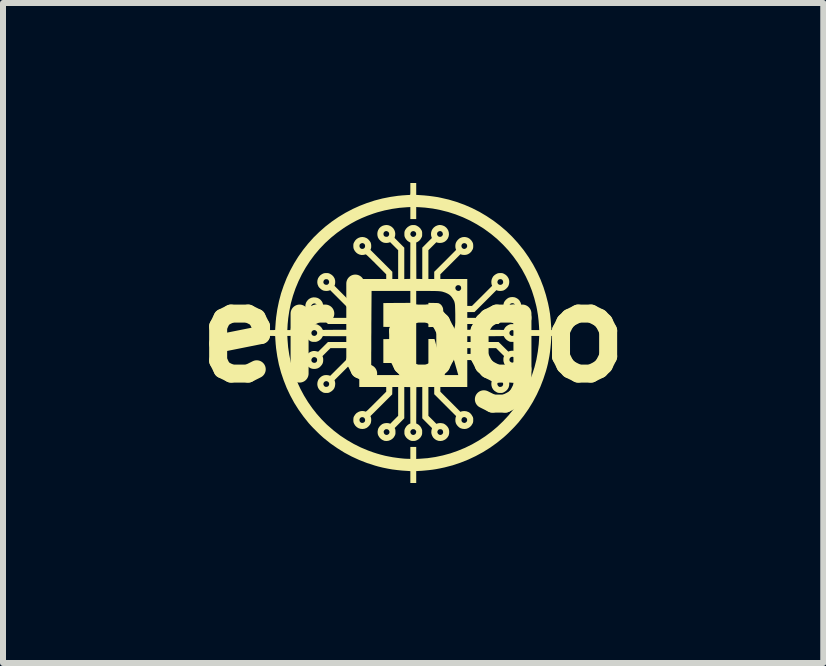
<source format=kicad_pcb>
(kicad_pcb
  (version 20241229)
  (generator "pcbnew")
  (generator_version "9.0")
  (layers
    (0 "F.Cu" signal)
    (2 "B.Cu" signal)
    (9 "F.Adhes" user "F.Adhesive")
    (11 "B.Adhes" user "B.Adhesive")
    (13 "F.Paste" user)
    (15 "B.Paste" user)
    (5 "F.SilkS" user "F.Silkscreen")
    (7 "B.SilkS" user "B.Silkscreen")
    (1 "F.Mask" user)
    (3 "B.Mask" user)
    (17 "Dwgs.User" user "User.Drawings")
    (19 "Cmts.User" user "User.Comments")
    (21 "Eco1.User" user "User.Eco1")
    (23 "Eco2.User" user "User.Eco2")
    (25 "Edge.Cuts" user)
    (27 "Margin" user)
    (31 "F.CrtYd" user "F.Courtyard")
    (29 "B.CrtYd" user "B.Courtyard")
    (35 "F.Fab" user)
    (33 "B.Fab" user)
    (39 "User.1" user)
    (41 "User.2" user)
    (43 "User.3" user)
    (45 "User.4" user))
  (footprint "erlogo"
    (layer "F.Cu")
    (at 3.836 2.498)
    (property "Reference" "erlogo" (at 0 0 0) (layer "F.SilkS") (effects (font (size 1.5 1.5) (thickness 0.3))))
    (attr board_only exclude_from_pos_files exclude_from_bom)
    (fp_poly (pts (xy 0.338 -0.499) (xy 0.366 -0.498) (xy 0.388 -0.498) (xy 0.404 -0.497) (xy 0.415 -0.496) (xy 0.424 -0.494) (xy 0.43 -0.492) (xy 0.437 -0.488) (xy 0.441 -0.486) (xy 0.462 -0.471) (xy 0.477 -0.453) (xy 0.49 -0.429) (xy 0.492 -0.425) (xy 0.495 -0.416) (xy 0.497 -0.409) (xy 0.499 -0.4) (xy 0.5 -0.389) (xy 0.501 -0.374) (xy 0.501 -0.355) (xy 0.501 -0.33) (xy 0.502 -0.297) (xy 0.502 -0.296) (xy 0.501 -0.257) (xy 0.501 -0.226) (xy 0.499 -0.2) (xy 0.497 -0.18) (xy 0.494 -0.165) (xy 0.489 -0.152) (xy 0.483 -0.142) (xy 0.475 -0.133) (xy 0.474 -0.131) (xy 0.463 -0.121) (xy 0.453 -0.114) (xy 0.442 -0.108) (xy 0.43 -0.104) (xy 0.413 -0.101) (xy 0.392 -0.1) (xy 0.365 -0.099) (xy 0.34 -0.098) (xy 0.254 -0.097) (xy 0.254 -0.299) (xy 0.254 -0.5)) (stroke (width 0) (type solid)) (fill yes) (layer "F.SilkS"))
    (fp_poly (pts (xy 0.051 -2.399) (xy 0.051 -2.3) (xy 0.096 -2.297) (xy 0.184 -2.291) (xy 0.264 -2.283) (xy 0.34 -2.273) (xy 0.413 -2.262) (xy 0.46 -2.252) (xy 0.595 -2.221) (xy 0.728 -2.181) (xy 0.857 -2.134) (xy 0.983 -2.079) (xy 1.105 -2.017) (xy 1.223 -1.947) (xy 1.337 -1.871) (xy 1.446 -1.788) (xy 1.551 -1.699) (xy 1.65 -1.603) (xy 1.743 -1.501) (xy 1.831 -1.393) (xy 1.845 -1.375) (xy 1.925 -1.26) (xy 1.998 -1.142) (xy 2.063 -1.02) (xy 2.121 -0.894) (xy 2.171 -0.764) (xy 2.213 -0.631) (xy 2.248 -0.495) (xy 2.267 -0.402) (xy 2.274 -0.36) (xy 2.281 -0.317) (xy 2.286 -0.274) (xy 2.291 -0.228) (xy 2.295 -0.178) (xy 2.299 -0.121) (xy 2.302 -0.088) (xy 2.304 -0.047) (xy 2.403 -0.047) (xy 2.502 -0.047) (xy 2.502 0.002) (xy 2.502 0.051) (xy 2.403 0.051) (xy 2.304 0.051) (xy 2.302 0.092) (xy 2.296 0.174) (xy 2.289 0.248) (xy 2.281 0.318) (xy 2.271 0.384) (xy 2.259 0.448) (xy 2.246 0.512) (xy 2.23 0.577) (xy 2.212 0.641) (xy 2.169 0.772) (xy 2.119 0.901) (xy 2.061 1.027) (xy 1.996 1.149) (xy 1.923 1.268) (xy 1.843 1.382) (xy 1.756 1.492) (xy 1.744 1.505) (xy 1.719 1.533) (xy 1.689 1.566) (xy 1.656 1.6) (xy 1.621 1.635) (xy 1.586 1.67) (xy 1.552 1.702) (xy 1.521 1.73) (xy 1.505 1.744) (xy 1.396 1.832) (xy 1.283 1.913) (xy 1.165 1.987) (xy 1.043 2.053) (xy 0.918 2.112) (xy 0.79 2.163) (xy 0.659 2.207) (xy 0.525 2.242) (xy 0.44 2.26) (xy 0.382 2.271) (xy 0.325 2.28) (xy 0.267 2.287) (xy 0.206 2.293) (xy 0.14 2.299) (xy 0.096 2.301) (xy 0.051 2.304) (xy 0.051 2.403) (xy 0.051 2.502) (xy 0.002 2.502) (xy -0.047 2.502) (xy -0.047 2.403) (xy -0.047 2.304) (xy -0.092 2.301) (xy -0.184 2.295) (xy -0.269 2.286) (xy -0.349 2.276) (xy -0.427 2.262) (xy -0.505 2.246) (xy -0.583 2.227) (xy -0.636 2.212) (xy -0.769 2.169) (xy -0.898 2.119) (xy -1.024 2.061) (xy -1.146 1.996) (xy -1.264 1.922) (xy -1.379 1.842) (xy -1.49 1.753) (xy -1.497 1.747) (xy -1.527 1.72) (xy -1.561 1.689) (xy -1.597 1.654) (xy -1.633 1.618) (xy -1.669 1.582) (xy -1.702 1.547) (xy -1.73 1.516) (xy -1.74 1.505) (xy -1.827 1.396) (xy -1.908 1.283) (xy -1.982 1.166) (xy -2.048 1.044) (xy -2.107 0.92) (xy -2.158 0.791) (xy -2.202 0.661) (xy -2.238 0.527) (xy -2.265 0.391) (xy -2.284 0.26) (xy -2.286 0.241) (xy -2.288 0.217) (xy -2.291 0.19) (xy -2.293 0.161) (xy -2.295 0.132) (xy -2.297 0.106) (xy -2.298 0.083) (xy -2.299 0.066) (xy -2.299 0.058) (xy -2.3 0.056) (xy -2.302 0.054) (xy -2.307 0.053) (xy -2.316 0.052) (xy -2.329 0.051) (xy -2.349 0.051) (xy -2.375 0.051) (xy -2.399 0.051) (xy -2.498 0.051) (xy -2.498 0.002) (xy -2.498 -0.047) (xy -2.399 -0.047) (xy -2.097 -0.047) (xy -1.997 -0.047) (xy -1.897 -0.047) (xy -1.897 0.002) (xy -1.897 0.051) (xy -1.997 0.051) (xy -2.097 0.051) (xy -2.094 0.11) (xy -2.084 0.237) (xy -2.065 0.365) (xy -2.039 0.492) (xy -2.005 0.617) (xy -1.963 0.739) (xy -1.914 0.858) (xy -1.877 0.937) (xy -1.819 1.045) (xy -1.754 1.151) (xy -1.683 1.253) (xy -1.607 1.35) (xy -1.527 1.44) (xy -1.443 1.525) (xy -1.424 1.542) (xy -1.321 1.631) (xy -1.215 1.712) (xy -1.104 1.785) (xy -0.99 1.851) (xy -0.872 1.91) (xy -0.75 1.961) (xy -0.673 1.989) (xy -0.608 2.01) (xy -0.546 2.028) (xy -0.484 2.044) (xy -0.464 2.049) (xy -0.403 2.061) (xy -0.339 2.073) (xy -0.274 2.082) (xy -0.211 2.09) (xy -0.15 2.096) (xy -0.096 2.099) (xy -0.082 2.099) (xy -0.047 2.1) (xy -0.047 2.001) (xy -0.047 1.901) (xy 0.002 1.901) (xy 0.051 1.901) (xy 0.051 2.001) (xy 0.051 2.101) (xy 0.11 2.098) (xy 0.241 2.088) (xy 0.37 2.069) (xy 0.497 2.042) (xy 0.622 2.008) (xy 0.744 1.965) (xy 0.864 1.916) (xy 0.98 1.859) (xy 1.092 1.795) (xy 1.2 1.725) (xy 1.304 1.648) (xy 1.403 1.565) (xy 1.497 1.475) (xy 1.586 1.38) (xy 1.668 1.279) (xy 1.745 1.172) (xy 1.815 1.059) (xy 1.878 0.942) (xy 1.934 0.822) (xy 1.982 0.699) (xy 2.022 0.574) (xy 2.054 0.447) (xy 2.077 0.318) (xy 2.093 0.188) (xy 2.098 0.11) (xy 2.101 0.051) (xy 2.001 0.051) (xy 1.901 0.051) (xy 1.901 0.002) (xy 1.901 -0.047) (xy 2.001 -0.047) (xy 2.101 -0.047) (xy 2.098 -0.106) (xy 2.091 -0.199) (xy 2.08 -0.296) (xy 2.064 -0.391) (xy 2.053 -0.445) (xy 2.02 -0.574) (xy 1.98 -0.701) (xy 1.932 -0.824) (xy 1.876 -0.943) (xy 1.814 -1.058) (xy 1.744 -1.169) (xy 1.668 -1.275) (xy 1.585 -1.377) (xy 1.495 -1.473) (xy 1.4 -1.564) (xy 1.298 -1.649) (xy 1.19 -1.728) (xy 1.173 -1.74) (xy 1.062 -1.809) (xy 0.947 -1.872) (xy 0.829 -1.927) (xy 0.707 -1.975) (xy 0.582 -2.015) (xy 0.455 -2.047) (xy 0.327 -2.072) (xy 0.197 -2.088) (xy 0.11 -2.094) (xy 0.051 -2.097) (xy 0.051 -1.997) (xy 0.051 -1.897) (xy 0.002 -1.897) (xy -0.047 -1.897) (xy -0.047 -1.997) (xy -0.047 -2.097) (xy -0.106 -2.094) (xy -0.229 -2.084) (xy -0.354 -2.066) (xy -0.477 -2.041) (xy -0.598 -2.009) (xy -0.663 -1.988) (xy -0.763 -1.952) (xy -0.857 -1.913) (xy -0.948 -1.87) (xy -1.036 -1.822) (xy -1.125 -1.768) (xy -1.164 -1.742) (xy -1.271 -1.666) (xy -1.372 -1.584) (xy -1.468 -1.496) (xy -1.558 -1.402) (xy -1.642 -1.303) (xy -1.719 -1.199) (xy -1.79 -1.09) (xy -1.854 -0.978) (xy -1.911 -0.861) (xy -1.961 -0.741) (xy -2.003 -0.619) (xy -2.038 -0.493) (xy -2.064 -0.365) (xy -2.066 -0.354) (xy -2.082 -0.246) (xy -2.092 -0.143) (xy -2.094 -0.105) (xy -2.097 -0.047) (xy -2.399 -0.047) (xy -2.367 -0.047) (xy -2.343 -0.047) (xy -2.325 -0.047) (xy -2.313 -0.048) (xy -2.305 -0.049) (xy -2.301 -0.05) (xy -2.299 -0.052) (xy -2.299 -0.054) (xy -2.299 -0.067) (xy -2.298 -0.086) (xy -2.296 -0.111) (xy -2.294 -0.138) (xy -2.292 -0.167) (xy -2.29 -0.196) (xy -2.287 -0.222) (xy -2.285 -0.245) (xy -2.284 -0.256) (xy -2.264 -0.394) (xy -2.236 -0.529) (xy -2.201 -0.661) (xy -2.157 -0.79) (xy -2.107 -0.916) (xy -2.049 -1.039) (xy -1.985 -1.157) (xy -1.914 -1.271) (xy -1.836 -1.381) (xy -1.752 -1.486) (xy -1.662 -1.587) (xy -1.566 -1.681) (xy -1.464 -1.771) (xy -1.357 -1.854) (xy -1.245 -1.931) (xy -1.127 -2.002) (xy -1.005 -2.066) (xy -0.895 -2.116) (xy -0.771 -2.164) (xy -0.643 -2.206) (xy -0.512 -2.24) (xy -0.38 -2.266) (xy -0.256 -2.284) (xy -0.237 -2.286) (xy -0.213 -2.288) (xy -0.186 -2.291) (xy -0.157 -2.293) (xy -0.128 -2.295) (xy -0.102 -2.297) (xy -0.079 -2.298) (xy -0.061 -2.299) (xy -0.054 -2.299) (xy -0.052 -2.3) (xy -0.05 -2.302) (xy -0.049 -2.307) (xy -0.048 -2.316) (xy -0.047 -2.329) (xy -0.047 -2.349) (xy -0.047 -2.375) (xy -0.047 -2.399) (xy -0.047 -2.498) (xy 0.002 -2.498) (xy 0.051 -2.498)) (stroke (width 0) (type solid)) (fill yes) (layer "F.SilkS"))
    (fp_poly (pts (xy -0.416 -1.795) (xy -0.385 -1.784) (xy -0.356 -1.766) (xy -0.332 -1.743) (xy -0.313 -1.713) (xy -0.313 -1.713) (xy -0.302 -1.682) (xy -0.298 -1.651) (xy -0.301 -1.618) (xy -0.303 -1.612) (xy -0.31 -1.583) (xy -0.229 -1.501) (xy -0.148 -1.42) (xy -0.148 -1.159) (xy -0.148 -0.897) (xy -0.098 -0.899) (xy -0.049 -0.9) (xy -0.048 -1.202) (xy -0.047 -1.505) (xy -0.07 -1.517) (xy -0.098 -1.537) (xy -0.121 -1.563) (xy -0.135 -1.587) (xy -0.141 -1.601) (xy -0.144 -1.613) (xy -0.146 -1.628) (xy -0.146 -1.648) (xy -0.146 -1.649) (xy -0.146 -1.656) (xy -0.046 -1.656) (xy -0.046 -1.637) (xy -0.037 -1.62) (xy -0.032 -1.615) (xy -0.022 -1.606) (xy -0.011 -1.601) (xy 0.002 -1.6) (xy 0.016 -1.601) (xy 0.026 -1.606) (xy 0.036 -1.615) (xy 0.048 -1.631) (xy 0.051 -1.65) (xy 0.046 -1.669) (xy 0.043 -1.675) (xy 0.03 -1.688) (xy 0.014 -1.695) (xy -0.003 -1.696) (xy -0.02 -1.691) (xy -0.034 -1.681) (xy -0.038 -1.675) (xy -0.046 -1.656) (xy -0.146 -1.656) (xy -0.146 -1.669) (xy -0.144 -1.684) (xy -0.141 -1.696) (xy -0.136 -1.708) (xy -0.135 -1.711) (xy -0.115 -1.74) (xy -0.09 -1.765) (xy -0.059 -1.784) (xy -0.043 -1.791) (xy -0.029 -1.795) (xy -0.014 -1.797) (xy 0.002 -1.797) (xy 0.021 -1.797) (xy 0.036 -1.795) (xy 0.05 -1.79) (xy 0.064 -1.784) (xy 0.094 -1.765) (xy 0.12 -1.74) (xy 0.139 -1.711) (xy 0.145 -1.698) (xy 0.148 -1.686) (xy 0.15 -1.672) (xy 0.15 -1.653) (xy 0.15 -1.649) (xy 0.15 -1.63) (xy 0.149 -1.615) (xy 0.146 -1.603) (xy 0.14 -1.59) (xy 0.136 -1.583) (xy 0.119 -1.555) (xy 0.098 -1.533) (xy 0.073 -1.516) (xy 0.067 -1.513) (xy 0.051 -1.506) (xy 0.052 -1.203) (xy 0.053 -0.9) (xy 0.103 -0.899) (xy 0.152 -0.897) (xy 0.152 -1.159) (xy 0.152 -1.42) (xy 0.232 -1.501) (xy 0.312 -1.581) (xy 0.306 -1.596) (xy 0.303 -1.608) (xy 0.299 -1.624) (xy 0.298 -1.636) (xy 0.298 -1.649) (xy 0.398 -1.649) (xy 0.401 -1.633) (xy 0.409 -1.619) (xy 0.421 -1.607) (xy 0.438 -1.601) (xy 0.447 -1.6) (xy 0.461 -1.602) (xy 0.471 -1.606) (xy 0.481 -1.615) (xy 0.491 -1.627) (xy 0.495 -1.638) (xy 0.495 -1.645) (xy 0.492 -1.665) (xy 0.483 -1.681) (xy 0.47 -1.691) (xy 0.454 -1.697) (xy 0.439 -1.696) (xy 0.425 -1.691) (xy 0.41 -1.68) (xy 0.401 -1.666) (xy 0.398 -1.649) (xy 0.298 -1.649) (xy 0.299 -1.67) (xy 0.307 -1.701) (xy 0.322 -1.73) (xy 0.343 -1.755) (xy 0.37 -1.776) (xy 0.4 -1.79) (xy 0.432 -1.798) (xy 0.464 -1.797) (xy 0.496 -1.789) (xy 0.526 -1.775) (xy 0.552 -1.754) (xy 0.571 -1.731) (xy 0.587 -1.701) (xy 0.595 -1.668) (xy 0.596 -1.635) (xy 0.59 -1.603) (xy 0.577 -1.573) (xy 0.558 -1.547) (xy 0.532 -1.524) (xy 0.514 -1.514) (xy 0.491 -1.505) (xy 0.464 -1.5) (xy 0.437 -1.499) (xy 0.413 -1.502) (xy 0.404 -1.504) (xy 0.386 -1.51) (xy 0.32 -1.444) (xy 0.254 -1.378) (xy 0.254 -1.138) (xy 0.254 -0.898) (xy 0.303 -0.898) (xy 0.351 -0.898) (xy 0.351 -0.958) (xy 0.351 -1.018) (xy 0.534 -1.2) (xy 0.716 -1.383) (xy 0.709 -1.401) (xy 0.704 -1.425) (xy 0.703 -1.448) (xy 0.804 -1.448) (xy 0.808 -1.429) (xy 0.818 -1.413) (xy 0.836 -1.402) (xy 0.843 -1.4) (xy 0.855 -1.399) (xy 0.87 -1.404) (xy 0.881 -1.409) (xy 0.894 -1.424) (xy 0.9 -1.441) (xy 0.9 -1.454) (xy 0.895 -1.472) (xy 0.884 -1.485) (xy 0.87 -1.493) (xy 0.855 -1.496) (xy 0.839 -1.494) (xy 0.824 -1.487) (xy 0.813 -1.476) (xy 0.806 -1.46) (xy 0.804 -1.448) (xy 0.703 -1.448) (xy 0.703 -1.452) (xy 0.706 -1.48) (xy 0.712 -1.501) (xy 0.723 -1.522) (xy 0.739 -1.544) (xy 0.759 -1.564) (xy 0.779 -1.579) (xy 0.783 -1.581) (xy 0.816 -1.594) (xy 0.85 -1.598) (xy 0.882 -1.595) (xy 0.914 -1.585) (xy 0.942 -1.568) (xy 0.967 -1.544) (xy 0.987 -1.515) (xy 0.99 -1.508) (xy 0.996 -1.494) (xy 0.999 -1.48) (xy 1.001 -1.464) (xy 1.001 -1.448) (xy 1.001 -1.429) (xy 0.999 -1.415) (xy 0.996 -1.402) (xy 0.99 -1.388) (xy 0.987 -1.384) (xy 0.968 -1.353) (xy 0.943 -1.329) (xy 0.914 -1.311) (xy 0.882 -1.301) (xy 0.853 -1.299) (xy 0.835 -1.3) (xy 0.817 -1.302) (xy 0.806 -1.305) (xy 0.788 -1.311) (xy 0.621 -1.144) (xy 0.453 -0.976) (xy 0.453 -0.937) (xy 0.453 -0.898) (xy 0.677 -0.898) (xy 0.902 -0.898) (xy 0.902 -0.673) (xy 0.902 -0.449) (xy 0.941 -0.449) (xy 0.98 -0.449) (xy 1.148 -0.616) (xy 1.316 -0.784) (xy 1.309 -0.802) (xy 1.306 -0.815) (xy 1.304 -0.833) (xy 1.303 -0.849) (xy 1.303 -0.852) (xy 1.404 -0.852) (xy 1.405 -0.836) (xy 1.412 -0.821) (xy 1.423 -0.809) (xy 1.438 -0.802) (xy 1.455 -0.8) (xy 1.474 -0.805) (xy 1.477 -0.806) (xy 1.491 -0.818) (xy 1.499 -0.833) (xy 1.5 -0.851) (xy 1.496 -0.869) (xy 1.485 -0.885) (xy 1.482 -0.887) (xy 1.469 -0.894) (xy 1.452 -0.896) (xy 1.435 -0.893) (xy 1.421 -0.886) (xy 1.421 -0.885) (xy 1.409 -0.869) (xy 1.404 -0.852) (xy 1.303 -0.852) (xy 1.307 -0.884) (xy 1.319 -0.916) (xy 1.337 -0.945) (xy 1.363 -0.968) (xy 1.388 -0.983) (xy 1.403 -0.99) (xy 1.416 -0.994) (xy 1.429 -0.996) (xy 1.447 -0.997) (xy 1.452 -0.997) (xy 1.471 -0.997) (xy 1.486 -0.995) (xy 1.498 -0.992) (xy 1.512 -0.985) (xy 1.517 -0.983) (xy 1.547 -0.964) (xy 1.57 -0.94) (xy 1.588 -0.912) (xy 1.599 -0.881) (xy 1.602 -0.848) (xy 1.598 -0.814) (xy 1.587 -0.781) (xy 1.586 -0.779) (xy 1.572 -0.759) (xy 1.553 -0.739) (xy 1.532 -0.722) (xy 1.51 -0.709) (xy 1.505 -0.707) (xy 1.48 -0.701) (xy 1.453 -0.699) (xy 1.426 -0.7) (xy 1.405 -0.705) (xy 1.387 -0.712) (xy 1.205 -0.529) (xy 1.022 -0.347) (xy 0.962 -0.347) (xy 0.902 -0.347) (xy 0.902 -0.298) (xy 0.902 -0.25) (xy 1.142 -0.25) (xy 1.383 -0.25) (xy 1.449 -0.316) (xy 1.516 -0.383) (xy 1.51 -0.4) (xy 1.505 -0.422) (xy 1.503 -0.447) (xy 1.605 -0.447) (xy 1.607 -0.429) (xy 1.616 -0.415) (xy 1.627 -0.406) (xy 1.645 -0.4) (xy 1.663 -0.401) (xy 1.681 -0.409) (xy 1.686 -0.413) (xy 1.697 -0.429) (xy 1.701 -0.446) (xy 1.699 -0.463) (xy 1.691 -0.478) (xy 1.679 -0.489) (xy 1.662 -0.495) (xy 1.655 -0.495) (xy 1.634 -0.492) (xy 1.618 -0.483) (xy 1.608 -0.468) (xy 1.605 -0.447) (xy 1.605 -0.447) (xy 1.503 -0.447) (xy 1.503 -0.449) (xy 1.506 -0.476) (xy 1.511 -0.5) (xy 1.512 -0.503) (xy 1.525 -0.527) (xy 1.544 -0.55) (xy 1.567 -0.57) (xy 1.591 -0.585) (xy 1.598 -0.588) (xy 1.626 -0.595) (xy 1.656 -0.597) (xy 1.686 -0.594) (xy 1.713 -0.585) (xy 1.717 -0.583) (xy 1.748 -0.564) (xy 1.771 -0.54) (xy 1.788 -0.511) (xy 1.798 -0.483) (xy 1.802 -0.449) (xy 1.799 -0.417) (xy 1.789 -0.386) (xy 1.772 -0.359) (xy 1.75 -0.335) (xy 1.723 -0.316) (xy 1.692 -0.303) (xy 1.668 -0.298) (xy 1.642 -0.298) (xy 1.616 -0.303) (xy 1.587 -0.31) (xy 1.506 -0.229) (xy 1.424 -0.148) (xy 1.163 -0.148) (xy 0.902 -0.148) (xy 0.902 -0.1) (xy 0.902 -0.051) (xy 1.197 -0.051) (xy 1.247 -0.051) (xy 1.294 -0.051) (xy 1.338 -0.05) (xy 1.378 -0.05) (xy 1.414 -0.05) (xy 1.444 -0.05) (xy 1.469 -0.049) (xy 1.487 -0.049) (xy 1.498 -0.049) (xy 1.501 -0.048) (xy 1.507 -0.049) (xy 1.513 -0.054) (xy 1.517 -0.063) (xy 1.532 -0.088) (xy 1.554 -0.111) (xy 1.581 -0.129) (xy 1.587 -0.132) (xy 1.602 -0.139) (xy 1.614 -0.143) (xy 1.626 -0.145) (xy 1.643 -0.146) (xy 1.653 -0.146) (xy 1.673 -0.146) (xy 1.688 -0.144) (xy 1.7 -0.141) (xy 1.712 -0.136) (xy 1.715 -0.135) (xy 1.745 -0.115) (xy 1.77 -0.09) (xy 1.788 -0.059) (xy 1.795 -0.043) (xy 1.799 -0.029) (xy 1.801 -0.014) (xy 1.801 0.002) (xy 1.801 0.021) (xy 1.799 0.036) (xy 1.794 0.05) (xy 1.788 0.064) (xy 1.769 0.094) (xy 1.744 0.12) (xy 1.715 0.139) (xy 1.702 0.145) (xy 1.69 0.148) (xy 1.676 0.15) (xy 1.657 0.15) (xy 1.653 0.15) (xy 1.634 0.15) (xy 1.62 0.149) (xy 1.608 0.146) (xy 1.595 0.14) (xy 1.587 0.136) (xy 1.56 0.119) (xy 1.537 0.097) (xy 1.52 0.072) (xy 1.517 0.067) (xy 1.511 0.056) (xy 1.506 0.052) (xy 1.501 0.053) (xy 1.496 0.053) (xy 1.482 0.053) (xy 1.462 0.054) (xy 1.435 0.054) (xy 1.403 0.054) (xy 1.365 0.055) (xy 1.324 0.055) (xy 1.279 0.055) (xy 1.231 0.055) (xy 1.197 0.055) (xy 0.902 0.055) (xy 0.902 0.104) (xy 0.902 0.152) (xy 1.163 0.152) (xy 1.424 0.152) (xy 1.505 0.232) (xy 1.586 0.312) (xy 1.6 0.306) (xy 1.623 0.3) (xy 1.65 0.297) (xy 1.677 0.299) (xy 1.691 0.302) (xy 1.724 0.316) (xy 1.751 0.335) (xy 1.772 0.358) (xy 1.788 0.384) (xy 1.798 0.413) (xy 1.802 0.443) (xy 1.8 0.473) (xy 1.792 0.502) (xy 1.777 0.53) (xy 1.757 0.555) (xy 1.73 0.576) (xy 1.711 0.586) (xy 1.699 0.59) (xy 1.686 0.593) (xy 1.67 0.595) (xy 1.651 0.595) (xy 1.631 0.595) (xy 1.617 0.593) (xy 1.606 0.591) (xy 1.595 0.586) (xy 1.588 0.583) (xy 1.557 0.562) (xy 1.533 0.538) (xy 1.516 0.509) (xy 1.506 0.476) (xy 1.504 0.456) (xy 1.504 0.447) (xy 1.605 0.447) (xy 1.606 0.461) (xy 1.61 0.471) (xy 1.619 0.481) (xy 1.636 0.492) (xy 1.654 0.496) (xy 1.674 0.49) (xy 1.677 0.489) (xy 1.688 0.479) (xy 1.697 0.465) (xy 1.702 0.45) (xy 1.702 0.446) (xy 1.7 0.438) (xy 1.696 0.427) (xy 1.695 0.425) (xy 1.684 0.41) (xy 1.67 0.401) (xy 1.654 0.398) (xy 1.637 0.401) (xy 1.623 0.409) (xy 1.612 0.421) (xy 1.605 0.438) (xy 1.605 0.447) (xy 1.504 0.447) (xy 1.504 0.428) (xy 1.507 0.407) (xy 1.508 0.404) (xy 1.515 0.386) (xy 1.448 0.32) (xy 1.382 0.254) (xy 1.142 0.254) (xy 0.902 0.254) (xy 0.902 0.303) (xy 0.902 0.351) (xy 0.962 0.351) (xy 1.022 0.351) (xy 1.205 0.534) (xy 1.387 0.716) (xy 1.405 0.709) (xy 1.429 0.704) (xy 1.456 0.703) (xy 1.484 0.706) (xy 1.505 0.712) (xy 1.527 0.723) (xy 1.549 0.739) (xy 1.568 0.759) (xy 1.583 0.779) (xy 1.586 0.783) (xy 1.598 0.816) (xy 1.602 0.849) (xy 1.599 0.882) (xy 1.589 0.914) (xy 1.572 0.942) (xy 1.548 0.967) (xy 1.519 0.986) (xy 1.517 0.987) (xy 1.501 0.995) (xy 1.489 0.999) (xy 1.475 1.001) (xy 1.458 1.001) (xy 1.452 1.001) (xy 1.433 1.001) (xy 1.419 0.999) (xy 1.406 0.996) (xy 1.392 0.99) (xy 1.388 0.987) (xy 1.357 0.968) (xy 1.333 0.943) (xy 1.316 0.914) (xy 1.306 0.882) (xy 1.303 0.853) (xy 1.303 0.85) (xy 1.403 0.85) (xy 1.405 0.865) (xy 1.414 0.881) (xy 1.426 0.894) (xy 1.435 0.899) (xy 1.447 0.901) (xy 1.463 0.899) (xy 1.477 0.894) (xy 1.483 0.891) (xy 1.495 0.875) (xy 1.5 0.858) (xy 1.499 0.84) (xy 1.492 0.825) (xy 1.48 0.813) (xy 1.463 0.806) (xy 1.451 0.804) (xy 1.433 0.808) (xy 1.418 0.818) (xy 1.407 0.832) (xy 1.403 0.85) (xy 1.303 0.85) (xy 1.304 0.835) (xy 1.306 0.817) (xy 1.309 0.806) (xy 1.316 0.788) (xy 1.148 0.621) (xy 0.98 0.453) (xy 0.941 0.453) (xy 0.902 0.453) (xy 0.902 0.677) (xy 0.902 0.902) (xy 0.677 0.902) (xy 0.453 0.902) (xy 0.453 0.941) (xy 0.453 0.98) (xy 0.621 1.148) (xy 0.788 1.316) (xy 0.806 1.309) (xy 0.82 1.306) (xy 0.837 1.304) (xy 0.853 1.303) (xy 0.888 1.307) (xy 0.921 1.319) (xy 0.949 1.337) (xy 0.972 1.363) (xy 0.987 1.388) (xy 0.995 1.403) (xy 0.999 1.416) (xy 1.001 1.429) (xy 1.001 1.447) (xy 1.001 1.452) (xy 1.001 1.471) (xy 0.999 1.486) (xy 0.996 1.498) (xy 0.99 1.512) (xy 0.987 1.517) (xy 0.968 1.547) (xy 0.944 1.57) (xy 0.916 1.588) (xy 0.885 1.599) (xy 0.852 1.602) (xy 0.818 1.598) (xy 0.785 1.587) (xy 0.783 1.586) (xy 0.763 1.572) (xy 0.743 1.553) (xy 0.726 1.532) (xy 0.714 1.51) (xy 0.712 1.505) (xy 0.705 1.48) (xy 0.704 1.46) (xy 0.805 1.46) (xy 0.81 1.476) (xy 0.82 1.489) (xy 0.826 1.493) (xy 0.845 1.5) (xy 0.861 1.501) (xy 0.876 1.494) (xy 0.881 1.491) (xy 0.894 1.477) (xy 0.9 1.459) (xy 0.9 1.447) (xy 0.895 1.429) (xy 0.884 1.416) (xy 0.869 1.407) (xy 0.852 1.403) (xy 0.836 1.406) (xy 0.821 1.414) (xy 0.813 1.424) (xy 0.806 1.441) (xy 0.805 1.46) (xy 0.704 1.46) (xy 0.703 1.453) (xy 0.705 1.426) (xy 0.709 1.405) (xy 0.716 1.387) (xy 0.534 1.205) (xy 0.351 1.022) (xy 0.351 0.962) (xy 0.351 0.902) (xy 0.303 0.902) (xy 0.254 0.902) (xy 0.254 1.142) (xy 0.254 1.383) (xy 0.321 1.449) (xy 0.387 1.516) (xy 0.404 1.51) (xy 0.427 1.505) (xy 0.453 1.503) (xy 0.48 1.506) (xy 0.505 1.511) (xy 0.507 1.512) (xy 0.531 1.525) (xy 0.554 1.544) (xy 0.575 1.567) (xy 0.589 1.591) (xy 0.592 1.598) (xy 0.599 1.624) (xy 0.601 1.652) (xy 0.599 1.68) (xy 0.593 1.705) (xy 0.589 1.715) (xy 0.569 1.746) (xy 0.545 1.77) (xy 0.516 1.787) (xy 0.487 1.798) (xy 0.453 1.802) (xy 0.42 1.799) (xy 0.389 1.788) (xy 0.361 1.771) (xy 0.336 1.747) (xy 0.318 1.718) (xy 0.318 1.717) (xy 0.306 1.686) (xy 0.302 1.655) (xy 0.303 1.648) (xy 0.403 1.648) (xy 0.405 1.665) (xy 0.414 1.681) (xy 0.418 1.686) (xy 0.435 1.698) (xy 0.452 1.702) (xy 0.47 1.698) (xy 0.474 1.696) (xy 0.49 1.684) (xy 0.498 1.667) (xy 0.5 1.655) (xy 0.496 1.633) (xy 0.487 1.618) (xy 0.472 1.608) (xy 0.451 1.605) (xy 0.45 1.605) (xy 0.431 1.608) (xy 0.417 1.618) (xy 0.408 1.632) (xy 0.403 1.648) (xy 0.303 1.648) (xy 0.305 1.622) (xy 0.307 1.616) (xy 0.314 1.587) (xy 0.233 1.506) (xy 0.152 1.424) (xy 0.152 1.163) (xy 0.152 0.902) (xy 0.103 0.903) (xy 0.053 0.904) (xy 0.052 1.207) (xy 0.051 1.51) (xy 0.067 1.517) (xy 0.092 1.532) (xy 0.115 1.554) (xy 0.133 1.58) (xy 0.136 1.587) (xy 0.143 1.602) (xy 0.147 1.614) (xy 0.15 1.626) (xy 0.15 1.643) (xy 0.15 1.653) (xy 0.15 1.673) (xy 0.148 1.688) (xy 0.145 1.7) (xy 0.14 1.712) (xy 0.139 1.715) (xy 0.12 1.745) (xy 0.094 1.77) (xy 0.064 1.788) (xy 0.047 1.795) (xy 0.034 1.799) (xy 0.018 1.801) (xy 0.002 1.801) (xy -0.017 1.801) (xy -0.032 1.799) (xy -0.046 1.794) (xy -0.059 1.788) (xy -0.09 1.769) (xy -0.116 1.744) (xy -0.135 1.715) (xy -0.14 1.702) (xy -0.144 1.69) (xy -0.146 1.676) (xy -0.146 1.657) (xy -0.146 1.653) (xy -0.146 1.649) (xy -0.047 1.649) (xy -0.043 1.669) (xy -0.034 1.685) (xy -0.02 1.696) (xy -0.02 1.696) (xy -0.005 1.701) (xy 0.008 1.701) (xy 0.023 1.696) (xy 0.038 1.686) (xy 0.047 1.669) (xy 0.051 1.649) (xy 0.051 1.649) (xy 0.049 1.637) (xy 0.042 1.625) (xy 0.036 1.619) (xy 0.026 1.61) (xy 0.016 1.606) (xy 0.002 1.605) (xy -0.012 1.606) (xy -0.022 1.61) (xy -0.032 1.619) (xy -0.042 1.631) (xy -0.046 1.642) (xy -0.047 1.649) (xy -0.146 1.649) (xy -0.146 1.634) (xy -0.144 1.62) (xy -0.141 1.608) (xy -0.136 1.595) (xy -0.132 1.587) (xy -0.115 1.56) (xy -0.093 1.537) (xy -0.069 1.52) (xy -0.063 1.517) (xy -0.047 1.51) (xy -0.048 1.207) (xy -0.049 0.904) (xy -0.098 0.903) (xy -0.148 0.902) (xy -0.148 1.163) (xy -0.148 1.424) (xy -0.228 1.505) (xy -0.308 1.586) (xy -0.301 1.6) (xy -0.297 1.615) (xy -0.295 1.637) (xy -0.295 1.651) (xy -0.295 1.671) (xy -0.296 1.686) (xy -0.3 1.699) (xy -0.306 1.713) (xy -0.324 1.743) (xy -0.348 1.767) (xy -0.376 1.785) (xy -0.407 1.797) (xy -0.439 1.802) (xy -0.473 1.8) (xy -0.483 1.797) (xy -0.512 1.785) (xy -0.539 1.766) (xy -0.562 1.742) (xy -0.579 1.715) (xy -0.589 1.689) (xy -0.592 1.663) (xy -0.592 1.649) (xy -0.491 1.649) (xy -0.488 1.669) (xy -0.479 1.685) (xy -0.465 1.696) (xy -0.464 1.696) (xy -0.449 1.701) (xy -0.435 1.701) (xy -0.422 1.696) (xy -0.406 1.685) (xy -0.397 1.67) (xy -0.394 1.654) (xy -0.397 1.637) (xy -0.405 1.623) (xy -0.417 1.612) (xy -0.434 1.605) (xy -0.443 1.605) (xy -0.457 1.606) (xy -0.467 1.61) (xy -0.477 1.619) (xy -0.487 1.631) (xy -0.491 1.642) (xy -0.491 1.649) (xy -0.592 1.649) (xy -0.591 1.635) (xy -0.586 1.609) (xy -0.58 1.591) (xy -0.564 1.565) (xy -0.542 1.541) (xy -0.518 1.522) (xy -0.51 1.518) (xy -0.487 1.509) (xy -0.46 1.504) (xy -0.433 1.503) (xy -0.408 1.506) (xy -0.399 1.508) (xy -0.382 1.515) (xy -0.316 1.448) (xy -0.25 1.382) (xy -0.25 1.142) (xy -0.25 0.902) (xy -0.298 0.902) (xy -0.347 0.902) (xy -0.348 0.963) (xy -0.349 1.025) (xy -0.53 1.206) (xy -0.712 1.387) (xy -0.705 1.405) (xy -0.7 1.429) (xy -0.699 1.456) (xy -0.702 1.484) (xy -0.707 1.505) (xy -0.718 1.527) (xy -0.735 1.549) (xy -0.754 1.568) (xy -0.774 1.583) (xy -0.779 1.586) (xy -0.812 1.598) (xy -0.845 1.602) (xy -0.878 1.599) (xy -0.91 1.589) (xy -0.938 1.572) (xy -0.963 1.548) (xy -0.982 1.519) (xy -0.983 1.517) (xy -0.99 1.501) (xy -0.994 1.489) (xy -0.996 1.476) (xy -0.997 1.458) (xy -0.997 1.452) (xy -0.997 1.452) (xy -0.895 1.452) (xy -0.892 1.472) (xy -0.882 1.487) (xy -0.868 1.497) (xy -0.851 1.501) (xy -0.832 1.498) (xy -0.819 1.492) (xy -0.807 1.48) (xy -0.801 1.464) (xy -0.801 1.446) (xy -0.806 1.43) (xy -0.816 1.416) (xy -0.831 1.407) (xy -0.834 1.406) (xy -0.854 1.404) (xy -0.872 1.41) (xy -0.885 1.421) (xy -0.894 1.438) (xy -0.895 1.452) (xy -0.997 1.452) (xy -0.996 1.432) (xy -0.995 1.417) (xy -0.991 1.403) (xy -0.986 1.392) (xy -0.967 1.362) (xy -0.944 1.337) (xy -0.916 1.319) (xy -0.885 1.307) (xy -0.852 1.302) (xy -0.824 1.304) (xy -0.809 1.307) (xy -0.797 1.311) (xy -0.792 1.313) (xy -0.789 1.312) (xy -0.784 1.309) (xy -0.776 1.303) (xy -0.764 1.293) (xy -0.749 1.279) (xy -0.731 1.261) (xy -0.707 1.238) (xy -0.679 1.21) (xy -0.646 1.177) (xy -0.617 1.148) (xy -0.449 0.98) (xy -0.449 0.941) (xy -0.449 0.902) (xy -0.673 0.902) (xy -0.898 0.902) (xy -0.898 0.703) (xy -0.699 0.703) (xy -0.373 0.703) (xy -0.047 0.703) (xy -0.047 0.603) (xy -0.047 0.504) (xy -0.272 0.503) (xy -0.497 0.502) (xy -0.497 0.303) (xy -0.497 0.104) (xy -0.323 0.103) (xy -0.148 0.102) (xy -0.148 0.002) (xy -0.148 -0.097) (xy -0.323 -0.098) (xy -0.497 -0.1) (xy -0.497 -0.298) (xy -0.497 -0.497) (xy -0.272 -0.499) (xy -0.047 -0.5) (xy -0.047 -0.599) (xy -0.047 -0.699) (xy 0.051 -0.699) (xy 0.051 0.002) (xy 0.051 0.703) (xy 0.152 0.703) (xy 0.254 0.703) (xy 0.254 0.402) (xy 0.254 0.102) (xy 0.305 0.102) (xy 0.355 0.102) (xy 0.359 0.115) (xy 0.361 0.122) (xy 0.365 0.135) (xy 0.371 0.156) (xy 0.378 0.182) (xy 0.387 0.214) (xy 0.398 0.251) (xy 0.409 0.292) (xy 0.422 0.336) (xy 0.435 0.382) (xy 0.445 0.416) (xy 0.527 0.703) (xy 0.64 0.703) (xy 0.752 0.703) (xy 0.662 0.388) (xy 0.648 0.338) (xy 0.634 0.29) (xy 0.622 0.245) (xy 0.61 0.203) (xy 0.599 0.166) (xy 0.59 0.134) (xy 0.582 0.107) (xy 0.576 0.086) (xy 0.572 0.072) (xy 0.57 0.065) (xy 0.57 0.065) (xy 0.57 0.058) (xy 0.576 0.052) (xy 0.584 0.047) (xy 0.607 0.031) (xy 0.631 0.007) (xy 0.635 0.002) (xy 1.605 0.002) (xy 1.606 0.016) (xy 1.61 0.026) (xy 1.619 0.036) (xy 1.636 0.048) (xy 1.654 0.051) (xy 1.673 0.046) (xy 1.68 0.043) (xy 1.692 0.03) (xy 1.699 0.014) (xy 1.7 -0.003) (xy 1.696 -0.02) (xy 1.685 -0.034) (xy 1.679 -0.038) (xy 1.66 -0.046) (xy 1.641 -0.045) (xy 1.624 -0.037) (xy 1.619 -0.032) (xy 1.61 -0.022) (xy 1.606 -0.011) (xy 1.605 0.002) (xy 0.635 0.002) (xy 0.653 -0.02) (xy 0.673 -0.051) (xy 0.684 -0.073) (xy 0.689 -0.085) (xy 0.693 -0.097) (xy 0.696 -0.111) (xy 0.699 -0.128) (xy 0.7 -0.148) (xy 0.702 -0.172) (xy 0.702 -0.201) (xy 0.702 -0.236) (xy 0.702 -0.278) (xy 0.702 -0.313) (xy 0.701 -0.359) (xy 0.7 -0.398) (xy 0.699 -0.429) (xy 0.698 -0.456) (xy 0.696 -0.477) (xy 0.693 -0.495) (xy 0.689 -0.511) (xy 0.685 -0.525) (xy 0.679 -0.538) (xy 0.672 -0.551) (xy 0.664 -0.564) (xy 0.644 -0.595) (xy 0.623 -0.619) (xy 0.6 -0.639) (xy 0.572 -0.655) (xy 0.539 -0.67) (xy 0.525 -0.675) (xy 0.509 -0.68) (xy 0.494 -0.685) (xy 0.477 -0.689) (xy 0.459 -0.692) (xy 0.439 -0.694) (xy 0.415 -0.696) (xy 0.386 -0.697) (xy 0.353 -0.698) (xy 0.313 -0.698) (xy 0.266 -0.699) (xy 0.232 -0.699) (xy 0.051 -0.699) (xy -0.047 -0.699) (xy -0.37 -0.699) (xy -0.693 -0.699) (xy -0.696 -0.295) (xy -0.696 -0.229) (xy -0.697 -0.158) (xy -0.697 -0.085) (xy -0.697 -0.011) (xy -0.698 0.063) (xy -0.698 0.136) (xy -0.698 0.206) (xy -0.698 0.272) (xy -0.699 0.333) (xy -0.699 0.387) (xy -0.699 0.405) (xy -0.699 0.703) (xy -0.898 0.703) (xy -0.898 0.677) (xy -0.898 0.453) (xy -0.937 0.453) (xy -0.976 0.453) (xy -1.144 0.621) (xy -1.311 0.788) (xy -1.305 0.806) (xy -1.302 0.82) (xy -1.299 0.837) (xy -1.299 0.853) (xy -1.303 0.888) (xy -1.314 0.921) (xy -1.333 0.949) (xy -1.359 0.972) (xy -1.384 0.987) (xy -1.399 0.995) (xy -1.412 0.999) (xy -1.425 1.001) (xy -1.443 1.001) (xy -1.448 1.001) (xy -1.467 1.001) (xy -1.481 0.999) (xy -1.494 0.996) (xy -1.508 0.99) (xy -1.512 0.987) (xy -1.542 0.968) (xy -1.566 0.944) (xy -1.584 0.916) (xy -1.594 0.885) (xy -1.598 0.852) (xy -1.597 0.847) (xy -1.496 0.847) (xy -1.495 0.863) (xy -1.488 0.879) (xy -1.475 0.893) (xy -1.469 0.897) (xy -1.455 0.9) (xy -1.438 0.899) (xy -1.423 0.894) (xy -1.417 0.891) (xy -1.405 0.875) (xy -1.4 0.858) (xy -1.401 0.841) (xy -1.408 0.825) (xy -1.42 0.813) (xy -1.437 0.806) (xy -1.448 0.804) (xy -1.467 0.808) (xy -1.481 0.817) (xy -1.491 0.831) (xy -1.496 0.847) (xy -1.597 0.847) (xy -1.594 0.818) (xy -1.582 0.785) (xy -1.581 0.783) (xy -1.568 0.763) (xy -1.549 0.743) (xy -1.528 0.726) (xy -1.506 0.714) (xy -1.501 0.712) (xy -1.476 0.705) (xy -1.448 0.703) (xy -1.421 0.705) (xy -1.401 0.709) (xy -1.383 0.716) (xy -1.2 0.534) (xy -1.018 0.351) (xy -0.958 0.351) (xy -0.898 0.351) (xy -0.898 0.303) (xy -0.898 0.254) (xy -1.138 0.254) (xy -1.378 0.254) (xy -1.445 0.321) (xy -1.511 0.387) (xy -1.505 0.404) (xy -1.5 0.427) (xy -1.499 0.453) (xy -1.501 0.48) (xy -1.507 0.505) (xy -1.508 0.507) (xy -1.521 0.531) (xy -1.54 0.554) (xy -1.562 0.575) (xy -1.587 0.589) (xy -1.594 0.592) (xy -1.622 0.599) (xy -1.652 0.601) (xy -1.682 0.598) (xy -1.708 0.59) (xy -1.713 0.587) (xy -1.744 0.568) (xy -1.767 0.544) (xy -1.784 0.515) (xy -1.793 0.487) (xy -1.798 0.454) (xy -1.798 0.452) (xy -1.697 0.452) (xy -1.694 0.469) (xy -1.686 0.484) (xy -1.672 0.494) (xy -1.655 0.499) (xy -1.65 0.5) (xy -1.636 0.498) (xy -1.623 0.494) (xy -1.622 0.494) (xy -1.609 0.482) (xy -1.602 0.465) (xy -1.6 0.449) (xy -1.604 0.431) (xy -1.614 0.417) (xy -1.628 0.408) (xy -1.644 0.404) (xy -1.661 0.405) (xy -1.677 0.414) (xy -1.682 0.419) (xy -1.693 0.435) (xy -1.697 0.452) (xy -1.798 0.452) (xy -1.795 0.421) (xy -1.784 0.391) (xy -1.768 0.363) (xy -1.746 0.339) (xy -1.719 0.32) (xy -1.688 0.307) (xy -1.664 0.302) (xy -1.638 0.302) (xy -1.612 0.307) (xy -1.583 0.314) (xy -1.501 0.233) (xy -1.42 0.152) (xy -1.159 0.152) (xy -0.898 0.152) (xy -0.898 0.104) (xy -0.898 0.055) (xy -1.196 0.055) (xy -1.245 0.055) (xy -1.293 0.055) (xy -1.337 0.055) (xy -1.377 0.055) (xy -1.413 0.054) (xy -1.443 0.054) (xy -1.468 0.054) (xy -1.486 0.053) (xy -1.497 0.053) (xy -1.5 0.053) (xy -1.505 0.055) (xy -1.512 0.065) (xy -1.513 0.067) (xy -1.528 0.092) (xy -1.55 0.115) (xy -1.576 0.133) (xy -1.583 0.136) (xy -1.597 0.143) (xy -1.61 0.147) (xy -1.622 0.15) (xy -1.639 0.15) (xy -1.649 0.15) (xy -1.669 0.15) (xy -1.684 0.148) (xy -1.696 0.145) (xy -1.708 0.14) (xy -1.711 0.139) (xy -1.74 0.12) (xy -1.765 0.094) (xy -1.784 0.064) (xy -1.791 0.047) (xy -1.795 0.034) (xy -1.797 0.018) (xy -1.797 0.008) (xy -1.696 0.008) (xy -1.691 0.025) (xy -1.681 0.039) (xy -1.675 0.043) (xy -1.656 0.05) (xy -1.637 0.05) (xy -1.62 0.041) (xy -1.615 0.036) (xy -1.606 0.026) (xy -1.601 0.016) (xy -1.6 0.002) (xy -1.601 -0.012) (xy -1.606 -0.022) (xy -1.615 -0.032) (xy -1.631 -0.044) (xy -1.65 -0.047) (xy -1.669 -0.042) (xy -1.675 -0.038) (xy -1.688 -0.026) (xy -1.695 -0.01) (xy -1.696 0.008) (xy -1.797 0.008) (xy -1.797 0.002) (xy -1.797 -0.017) (xy -1.795 -0.032) (xy -1.79 -0.046) (xy -1.784 -0.059) (xy -1.765 -0.09) (xy -1.74 -0.116) (xy -1.711 -0.135) (xy -1.698 -0.14) (xy -1.686 -0.144) (xy -1.672 -0.146) (xy -1.653 -0.146) (xy -1.649 -0.146) (xy -1.63 -0.146) (xy -1.615 -0.144) (xy -1.603 -0.141) (xy -1.59 -0.136) (xy -1.583 -0.132) (xy -1.555 -0.115) (xy -1.532 -0.093) (xy -1.516 -0.069) (xy -1.513 -0.063) (xy -1.506 -0.052) (xy -1.501 -0.048) (xy -1.5 -0.049) (xy -1.495 -0.049) (xy -1.482 -0.049) (xy -1.462 -0.05) (xy -1.435 -0.05) (xy -1.403 -0.05) (xy -1.366 -0.05) (xy -1.325 -0.051) (xy -1.28 -0.051) (xy -1.232 -0.051) (xy -1.196 -0.051) (xy -0.898 -0.051) (xy -0.898 -0.1) (xy -0.898 -0.148) (xy -1.159 -0.148) (xy -1.42 -0.148) (xy -1.501 -0.228) (xy -1.581 -0.308) (xy -1.596 -0.301) (xy -1.611 -0.297) (xy -1.633 -0.295) (xy -1.647 -0.295) (xy -1.667 -0.295) (xy -1.681 -0.296) (xy -1.694 -0.3) (xy -1.709 -0.306) (xy -1.739 -0.324) (xy -1.763 -0.348) (xy -1.781 -0.375) (xy -1.793 -0.405) (xy -1.798 -0.437) (xy -1.797 -0.444) (xy -1.698 -0.444) (xy -1.695 -0.43) (xy -1.687 -0.415) (xy -1.677 -0.403) (xy -1.673 -0.4) (xy -1.656 -0.395) (xy -1.637 -0.396) (xy -1.62 -0.403) (xy -1.612 -0.41) (xy -1.604 -0.422) (xy -1.601 -0.435) (xy -1.6 -0.443) (xy -1.602 -0.457) (xy -1.606 -0.467) (xy -1.615 -0.477) (xy -1.627 -0.487) (xy -1.638 -0.491) (xy -1.645 -0.491) (xy -1.664 -0.488) (xy -1.681 -0.478) (xy -1.693 -0.464) (xy -1.698 -0.448) (xy -1.698 -0.444) (xy -1.797 -0.444) (xy -1.795 -0.47) (xy -1.786 -0.502) (xy -1.771 -0.528) (xy -1.749 -0.554) (xy -1.723 -0.573) (xy -1.694 -0.586) (xy -1.663 -0.592) (xy -1.632 -0.591) (xy -1.601 -0.585) (xy -1.572 -0.572) (xy -1.546 -0.553) (xy -1.524 -0.527) (xy -1.513 -0.509) (xy -1.505 -0.487) (xy -1.5 -0.46) (xy -1.499 -0.433) (xy -1.502 -0.409) (xy -1.504 -0.399) (xy -1.51 -0.382) (xy -1.444 -0.316) (xy -1.378 -0.25) (xy -1.138 -0.25) (xy -0.898 -0.25) (xy -0.898 -0.298) (xy -0.898 -0.347) (xy -0.958 -0.347) (xy -1.018 -0.347) (xy -1.2 -0.529) (xy -1.383 -0.712) (xy -1.401 -0.705) (xy -1.425 -0.7) (xy -1.452 -0.699) (xy -1.48 -0.702) (xy -1.501 -0.707) (xy -1.522 -0.718) (xy -1.544 -0.735) (xy -1.564 -0.754) (xy -1.579 -0.774) (xy -1.581 -0.779) (xy -1.594 -0.812) (xy -1.598 -0.845) (xy -1.598 -0.847) (xy -1.497 -0.847) (xy -1.494 -0.83) (xy -1.485 -0.816) (xy -1.471 -0.806) (xy -1.455 -0.801) (xy -1.437 -0.801) (xy -1.423 -0.806) (xy -1.41 -0.818) (xy -1.402 -0.834) (xy -1.4 -0.852) (xy -1.403 -0.864) (xy -1.413 -0.882) (xy -1.426 -0.892) (xy -1.444 -0.895) (xy -1.448 -0.895) (xy -1.467 -0.893) (xy -1.481 -0.884) (xy -1.492 -0.868) (xy -1.493 -0.865) (xy -1.497 -0.847) (xy -1.598 -0.847) (xy -1.595 -0.878) (xy -1.585 -0.91) (xy -1.567 -0.938) (xy -1.544 -0.963) (xy -1.515 -0.982) (xy -1.512 -0.983) (xy -1.497 -0.99) (xy -1.484 -0.994) (xy -1.471 -0.996) (xy -1.454 -0.997) (xy -1.448 -0.997) (xy -1.429 -0.997) (xy -1.415 -0.995) (xy -1.402 -0.992) (xy -1.388 -0.985) (xy -1.384 -0.983) (xy -1.353 -0.964) (xy -1.329 -0.939) (xy -1.311 -0.91) (xy -1.301 -0.877) (xy -1.299 -0.849) (xy -1.3 -0.831) (xy -1.302 -0.813) (xy -1.305 -0.802) (xy -1.311 -0.784) (xy -1.144 -0.616) (xy -0.976 -0.449) (xy -0.937 -0.449) (xy -0.898 -0.449) (xy -0.898 -0.673) (xy -0.898 -0.752) (xy 0.703 -0.752) (xy 0.706 -0.73) (xy 0.717 -0.714) (xy 0.733 -0.703) (xy 0.754 -0.699) (xy 0.755 -0.699) (xy 0.767 -0.7) (xy 0.778 -0.706) (xy 0.786 -0.713) (xy 0.795 -0.724) (xy 0.799 -0.735) (xy 0.8 -0.745) (xy 0.797 -0.767) (xy 0.788 -0.782) (xy 0.772 -0.792) (xy 0.751 -0.796) (xy 0.749 -0.796) (xy 0.732 -0.792) (xy 0.717 -0.782) (xy 0.707 -0.768) (xy 0.703 -0.752) (xy -0.898 -0.752) (xy -0.898 -0.898) (xy -0.673 -0.898) (xy -0.449 -0.898) (xy -0.449 -0.937) (xy -0.449 -0.976) (xy -0.617 -1.144) (xy -0.654 -1.182) (xy -0.687 -1.213) (xy -0.713 -1.24) (xy -0.736 -1.261) (xy -0.754 -1.279) (xy -0.768 -1.291) (xy -0.778 -1.3) (xy -0.785 -1.306) (xy -0.79 -1.308) (xy -0.792 -1.308) (xy -0.799 -1.306) (xy -0.812 -1.303) (xy -0.824 -1.3) (xy -0.858 -1.298) (xy -0.89 -1.304) (xy -0.921 -1.317) (xy -0.948 -1.337) (xy -0.971 -1.363) (xy -0.983 -1.384) (xy -0.99 -1.399) (xy -0.994 -1.412) (xy -0.996 -1.425) (xy -0.997 -1.443) (xy -0.997 -1.448) (xy -0.895 -1.448) (xy -0.892 -1.429) (xy -0.882 -1.414) (xy -0.868 -1.403) (xy -0.851 -1.399) (xy -0.832 -1.402) (xy -0.819 -1.408) (xy -0.808 -1.42) (xy -0.802 -1.436) (xy -0.801 -1.453) (xy -0.805 -1.47) (xy -0.814 -1.483) (xy -0.822 -1.489) (xy -0.839 -1.496) (xy -0.852 -1.497) (xy -0.864 -1.493) (xy -0.882 -1.483) (xy -0.892 -1.47) (xy -0.895 -1.452) (xy -0.895 -1.448) (xy -0.997 -1.448) (xy -0.997 -1.467) (xy -0.995 -1.481) (xy -0.992 -1.494) (xy -0.985 -1.508) (xy -0.983 -1.512) (xy -0.964 -1.542) (xy -0.94 -1.566) (xy -0.912 -1.583) (xy -0.881 -1.594) (xy -0.848 -1.598) (xy -0.814 -1.594) (xy -0.781 -1.582) (xy -0.779 -1.581) (xy -0.759 -1.568) (xy -0.739 -1.549) (xy -0.722 -1.528) (xy -0.709 -1.506) (xy -0.707 -1.501) (xy -0.701 -1.476) (xy -0.699 -1.448) (xy -0.7 -1.421) (xy -0.705 -1.401) (xy -0.712 -1.383) (xy -0.529 -1.2) (xy -0.347 -1.018) (xy -0.347 -0.958) (xy -0.347 -0.898) (xy -0.298 -0.898) (xy -0.25 -0.898) (xy -0.25 -1.138) (xy -0.25 -1.378) (xy -0.317 -1.445) (xy -0.384 -1.512) (xy -0.402 -1.505) (xy -0.426 -1.5) (xy -0.454 -1.499) (xy -0.482 -1.502) (xy -0.503 -1.508) (xy -0.527 -1.521) (xy -0.55 -1.54) (xy -0.57 -1.562) (xy -0.585 -1.587) (xy -0.588 -1.594) (xy -0.595 -1.622) (xy -0.597 -1.649) (xy -0.495 -1.649) (xy -0.492 -1.628) (xy -0.482 -1.613) (xy -0.467 -1.604) (xy -0.446 -1.601) (xy -0.428 -1.603) (xy -0.418 -1.609) (xy -0.405 -1.624) (xy -0.4 -1.641) (xy -0.401 -1.66) (xy -0.409 -1.677) (xy -0.414 -1.682) (xy -0.431 -1.693) (xy -0.448 -1.697) (xy -0.465 -1.694) (xy -0.479 -1.686) (xy -0.49 -1.672) (xy -0.495 -1.654) (xy -0.495 -1.649) (xy -0.597 -1.649) (xy -0.597 -1.652) (xy -0.594 -1.682) (xy -0.585 -1.708) (xy -0.583 -1.713) (xy -0.564 -1.744) (xy -0.54 -1.767) (xy -0.511 -1.784) (xy -0.483 -1.793) (xy -0.449 -1.798)) (stroke (width 0) (type solid)) (fill yes) (layer "F.SilkS")))
  (gr_rect
    (start -3 -3)
    (end 10.671 8)
    (stroke (width 0.1) (type default))
    (fill no)
    (layer "Edge.Cuts")))
</source>
